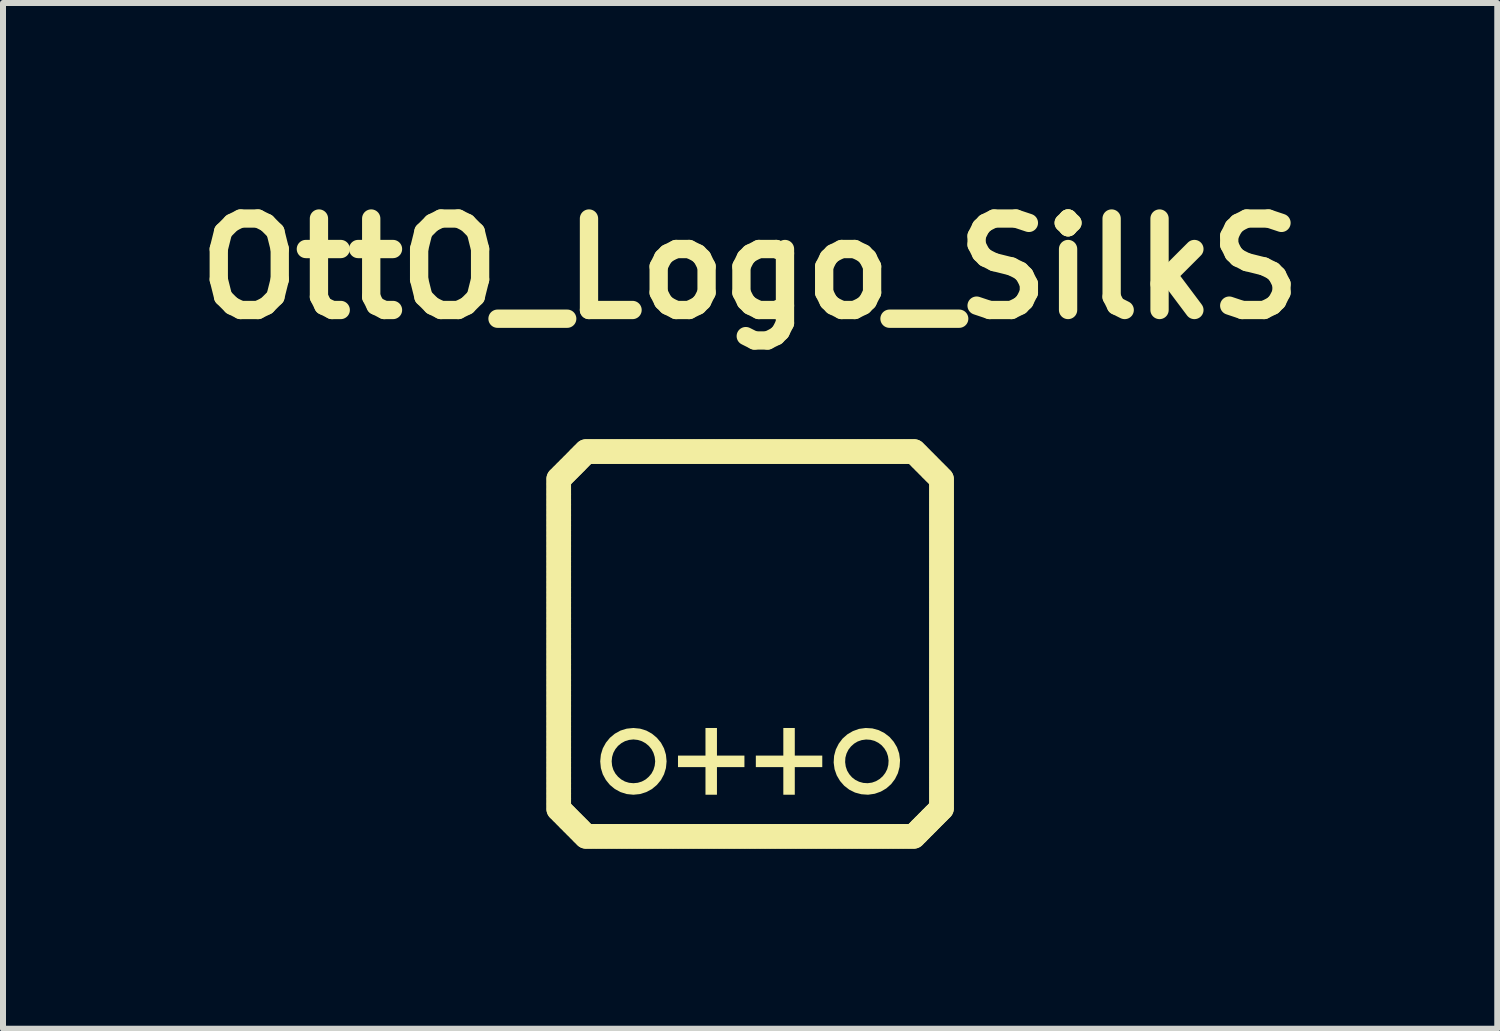
<source format=kicad_pcb>
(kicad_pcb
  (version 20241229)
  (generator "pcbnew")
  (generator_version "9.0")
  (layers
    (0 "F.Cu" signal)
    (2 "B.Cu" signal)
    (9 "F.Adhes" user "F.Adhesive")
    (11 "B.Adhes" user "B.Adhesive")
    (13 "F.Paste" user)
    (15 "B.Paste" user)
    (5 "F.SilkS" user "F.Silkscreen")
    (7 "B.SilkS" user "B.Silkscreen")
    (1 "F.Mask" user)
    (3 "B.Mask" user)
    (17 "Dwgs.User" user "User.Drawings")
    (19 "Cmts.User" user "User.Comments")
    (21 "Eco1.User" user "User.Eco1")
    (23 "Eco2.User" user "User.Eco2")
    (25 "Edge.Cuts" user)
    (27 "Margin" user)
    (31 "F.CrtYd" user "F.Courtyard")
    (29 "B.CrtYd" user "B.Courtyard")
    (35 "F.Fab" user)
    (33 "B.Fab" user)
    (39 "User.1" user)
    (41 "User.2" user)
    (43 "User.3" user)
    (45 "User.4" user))
  (footprint "OttO_Logo_SilkS"
    (layer "F.Cu")
    (at 9.449 7.68)
    (property "Reference" "OttO_Logo_SilkS" (at 0 -6.254 0) (layer "F.SilkS") (effects (font (size 1.524 1.524) (thickness 0.305))))
    (attr smd)
    (fp_line (start -3.189 -2.749) (end -3.189 -2.663) (stroke (width 0.41) (type solid)) (layer "F.SilkS"))
    (fp_line (start -3.189 -2.663) (end -3.189 -2.577) (stroke (width 0.41) (type solid)) (layer "F.SilkS"))
    (fp_line (start -3.189 -2.577) (end -3.189 -2.491) (stroke (width 0.41) (type solid)) (layer "F.SilkS"))
    (fp_line (start -3.189 -2.491) (end -3.189 -2.405) (stroke (width 0.41) (type solid)) (layer "F.SilkS"))
    (fp_line (start -3.189 -2.405) (end -3.189 -2.319) (stroke (width 0.41) (type solid)) (layer "F.SilkS"))
    (fp_line (start -3.189 -2.319) (end -3.189 -2.233) (stroke (width 0.41) (type solid)) (layer "F.SilkS"))
    (fp_line (start -3.189 -2.233) (end -3.189 -2.147) (stroke (width 0.41) (type solid)) (layer "F.SilkS"))
    (fp_line (start -3.189 -2.147) (end -3.189 -2.061) (stroke (width 0.41) (type solid)) (layer "F.SilkS"))
    (fp_line (start -3.189 -2.061) (end -3.189 -1.976) (stroke (width 0.41) (type solid)) (layer "F.SilkS"))
    (fp_line (start -3.189 -1.976) (end -3.189 -1.89) (stroke (width 0.41) (type solid)) (layer "F.SilkS"))
    (fp_line (start -3.189 -1.89) (end -3.189 -1.804) (stroke (width 0.41) (type solid)) (layer "F.SilkS"))
    (fp_line (start -3.189 -1.804) (end -3.189 -1.718) (stroke (width 0.41) (type solid)) (layer "F.SilkS"))
    (fp_line (start -3.189 -1.718) (end -3.189 -1.632) (stroke (width 0.41) (type solid)) (layer "F.SilkS"))
    (fp_line (start -3.189 -1.632) (end -3.189 -1.546) (stroke (width 0.41) (type solid)) (layer "F.SilkS"))
    (fp_line (start -3.189 -1.546) (end -3.189 -1.46) (stroke (width 0.41) (type solid)) (layer "F.SilkS"))
    (fp_line (start -3.189 -1.46) (end -3.189 -1.374) (stroke (width 0.41) (type solid)) (layer "F.SilkS"))
    (fp_line (start -3.189 -1.374) (end -3.189 -1.288) (stroke (width 0.41) (type solid)) (layer "F.SilkS"))
    (fp_line (start -3.189 -1.288) (end -3.189 -1.202) (stroke (width 0.41) (type solid)) (layer "F.SilkS"))
    (fp_line (start -3.189 -1.202) (end -3.189 -1.116) (stroke (width 0.41) (type solid)) (layer "F.SilkS"))
    (fp_line (start -3.189 -1.116) (end -3.189 -1.03) (stroke (width 0.41) (type solid)) (layer "F.SilkS"))
    (fp_line (start -3.189 -1.03) (end -3.189 -0.945) (stroke (width 0.41) (type solid)) (layer "F.SilkS"))
    (fp_line (start -3.189 -0.945) (end -3.189 -0.859) (stroke (width 0.41) (type solid)) (layer "F.SilkS"))
    (fp_line (start -3.189 -0.859) (end -3.189 -0.773) (stroke (width 0.41) (type solid)) (layer "F.SilkS"))
    (fp_line (start -3.189 -0.773) (end -3.189 -0.687) (stroke (width 0.41) (type solid)) (layer "F.SilkS"))
    (fp_line (start -3.189 -0.687) (end -3.189 -0.601) (stroke (width 0.41) (type solid)) (layer "F.SilkS"))
    (fp_line (start -3.189 -0.601) (end -3.189 -0.515) (stroke (width 0.41) (type solid)) (layer "F.SilkS"))
    (fp_line (start -3.189 -0.515) (end -3.189 -0.429) (stroke (width 0.41) (type solid)) (layer "F.SilkS"))
    (fp_line (start -3.189 -0.429) (end -3.189 -0.343) (stroke (width 0.41) (type solid)) (layer "F.SilkS"))
    (fp_line (start -3.189 -0.343) (end -3.189 -0.257) (stroke (width 0.41) (type solid)) (layer "F.SilkS"))
    (fp_line (start -3.189 -0.257) (end -3.189 -0.171) (stroke (width 0.41) (type solid)) (layer "F.SilkS"))
    (fp_line (start -3.189 -0.171) (end -3.189 -0.085) (stroke (width 0.41) (type solid)) (layer "F.SilkS"))
    (fp_line (start -3.189 -0.085) (end -3.189 0.001) (stroke (width 0.41) (type solid)) (layer "F.SilkS"))
    (fp_line (start -3.189 0.001) (end -3.189 0.086) (stroke (width 0.41) (type solid)) (layer "F.SilkS"))
    (fp_line (start -3.189 0.086) (end -3.189 0.172) (stroke (width 0.41) (type solid)) (layer "F.SilkS"))
    (fp_line (start -3.189 0.172) (end -3.189 0.258) (stroke (width 0.41) (type solid)) (layer "F.SilkS"))
    (fp_line (start -3.189 0.258) (end -3.189 0.344) (stroke (width 0.41) (type solid)) (layer "F.SilkS"))
    (fp_line (start -3.189 0.344) (end -3.189 0.43) (stroke (width 0.41) (type solid)) (layer "F.SilkS"))
    (fp_line (start -3.189 0.43) (end -3.189 0.516) (stroke (width 0.41) (type solid)) (layer "F.SilkS"))
    (fp_line (start -3.189 0.516) (end -3.189 0.602) (stroke (width 0.41) (type solid)) (layer "F.SilkS"))
    (fp_line (start -3.189 0.602) (end -3.189 0.688) (stroke (width 0.41) (type solid)) (layer "F.SilkS"))
    (fp_line (start -3.189 0.688) (end -3.189 0.774) (stroke (width 0.41) (type solid)) (layer "F.SilkS"))
    (fp_line (start -3.189 0.774) (end -3.189 0.86) (stroke (width 0.41) (type solid)) (layer "F.SilkS"))
    (fp_line (start -3.189 0.86) (end -3.189 0.946) (stroke (width 0.41) (type solid)) (layer "F.SilkS"))
    (fp_line (start -3.189 0.946) (end -3.189 1.032) (stroke (width 0.41) (type solid)) (layer "F.SilkS"))
    (fp_line (start -3.189 1.032) (end -3.189 1.117) (stroke (width 0.41) (type solid)) (layer "F.SilkS"))
    (fp_line (start -3.189 1.117) (end -3.189 1.203) (stroke (width 0.41) (type solid)) (layer "F.SilkS"))
    (fp_line (start -3.189 1.203) (end -3.189 1.289) (stroke (width 0.41) (type solid)) (layer "F.SilkS"))
    (fp_line (start -3.189 1.289) (end -3.189 1.375) (stroke (width 0.41) (type solid)) (layer "F.SilkS"))
    (fp_line (start -3.189 1.375) (end -3.189 1.461) (stroke (width 0.41) (type solid)) (layer "F.SilkS"))
    (fp_line (start -3.189 1.461) (end -3.189 1.547) (stroke (width 0.41) (type solid)) (layer "F.SilkS"))
    (fp_line (start -3.189 1.547) (end -3.189 1.633) (stroke (width 0.41) (type solid)) (layer "F.SilkS"))
    (fp_line (start -3.189 1.633) (end -3.189 1.719) (stroke (width 0.41) (type solid)) (layer "F.SilkS"))
    (fp_line (start -3.189 1.719) (end -3.189 1.805) (stroke (width 0.41) (type solid)) (layer "F.SilkS"))
    (fp_line (start -3.189 1.805) (end -3.189 1.891) (stroke (width 0.41) (type solid)) (layer "F.SilkS"))
    (fp_line (start -3.189 1.891) (end -3.189 1.977) (stroke (width 0.41) (type solid)) (layer "F.SilkS"))
    (fp_line (start -3.189 1.977) (end -3.189 2.063) (stroke (width 0.41) (type solid)) (layer "F.SilkS"))
    (fp_line (start -3.189 2.063) (end -3.189 2.148) (stroke (width 0.41) (type solid)) (layer "F.SilkS"))
    (fp_line (start -3.189 2.148) (end -3.189 2.234) (stroke (width 0.41) (type solid)) (layer "F.SilkS"))
    (fp_line (start -3.189 2.234) (end -3.189 2.32) (stroke (width 0.41) (type solid)) (layer "F.SilkS"))
    (fp_line (start -3.189 2.32) (end -3.189 2.406) (stroke (width 0.41) (type solid)) (layer "F.SilkS"))
    (fp_line (start -3.189 2.406) (end -3.189 2.492) (stroke (width 0.41) (type solid)) (layer "F.SilkS"))
    (fp_line (start -3.189 2.492) (end -3.189 2.578) (stroke (width 0.41) (type solid)) (layer "F.SilkS"))
    (fp_line (start -3.189 2.578) (end -3.189 2.664) (stroke (width 0.41) (type solid)) (layer "F.SilkS"))
    (fp_line (start -3.189 2.664) (end -3.189 2.75) (stroke (width 0.41) (type solid)) (layer "F.SilkS"))
    (fp_line (start -3.189 2.75) (end -3.132 2.807) (stroke (width 0.41) (type solid)) (layer "F.SilkS"))
    (fp_line (start -3.132 2.807) (end -3.075 2.864) (stroke (width 0.41) (type solid)) (layer "F.SilkS"))
    (fp_line (start -3.132 -2.806) (end -3.189 -2.749) (stroke (width 0.41) (type solid)) (layer "F.SilkS"))
    (fp_line (start -3.075 2.864) (end -3.019 2.921) (stroke (width 0.41) (type solid)) (layer "F.SilkS"))
    (fp_line (start -3.075 -2.863) (end -3.132 -2.806) (stroke (width 0.41) (type solid)) (layer "F.SilkS"))
    (fp_line (start -3.019 2.921) (end -2.962 2.978) (stroke (width 0.41) (type solid)) (layer "F.SilkS"))
    (fp_line (start -3.018 -2.92) (end -3.075 -2.863) (stroke (width 0.41) (type solid)) (layer "F.SilkS"))
    (fp_line (start -2.962 2.978) (end -2.905 3.035) (stroke (width 0.41) (type solid)) (layer "F.SilkS"))
    (fp_line (start -2.961 -2.977) (end -3.018 -2.92) (stroke (width 0.41) (type solid)) (layer "F.SilkS"))
    (fp_line (start -2.905 3.035) (end -2.848 3.092) (stroke (width 0.41) (type solid)) (layer "F.SilkS"))
    (fp_line (start -2.904 -3.034) (end -2.961 -2.977) (stroke (width 0.41) (type solid)) (layer "F.SilkS"))
    (fp_line (start -2.848 3.092) (end -2.792 3.149) (stroke (width 0.41) (type solid)) (layer "F.SilkS"))
    (fp_line (start -2.848 -3.092) (end -2.904 -3.034) (stroke (width 0.41) (type solid)) (layer "F.SilkS"))
    (fp_line (start -2.792 3.149) (end -2.735 3.206) (stroke (width 0.41) (type solid)) (layer "F.SilkS"))
    (fp_line (start -2.791 -3.149) (end -2.848 -3.092) (stroke (width 0.41) (type solid)) (layer "F.SilkS"))
    (fp_line (start -2.735 3.206) (end -2.65 3.206) (stroke (width 0.41) (type solid)) (layer "F.SilkS"))
    (fp_line (start -2.734 -3.206) (end -2.791 -3.149) (stroke (width 0.41) (type solid)) (layer "F.SilkS"))
    (fp_line (start -2.65 3.206) (end -2.564 3.206) (stroke (width 0.41) (type solid)) (layer "F.SilkS"))
    (fp_line (start -2.649 -3.206) (end -2.734 -3.206) (stroke (width 0.41) (type solid)) (layer "F.SilkS"))
    (fp_line (start -2.564 3.206) (end -2.479 3.206) (stroke (width 0.41) (type solid)) (layer "F.SilkS"))
    (fp_line (start -2.563 -3.206) (end -2.649 -3.206) (stroke (width 0.41) (type solid)) (layer "F.SilkS"))
    (fp_line (start -2.479 3.206) (end -2.394 3.206) (stroke (width 0.41) (type solid)) (layer "F.SilkS"))
    (fp_line (start -2.478 -3.206) (end -2.563 -3.206) (stroke (width 0.41) (type solid)) (layer "F.SilkS"))
    (fp_line (start -2.394 3.206) (end -2.308 3.206) (stroke (width 0.41) (type solid)) (layer "F.SilkS"))
    (fp_line (start -2.392 -3.206) (end -2.478 -3.206) (stroke (width 0.41) (type solid)) (layer "F.SilkS"))
    (fp_line (start -2.308 3.206) (end -2.223 3.206) (stroke (width 0.41) (type solid)) (layer "F.SilkS"))
    (fp_line (start -2.307 -3.206) (end -2.392 -3.206) (stroke (width 0.41) (type solid)) (layer "F.SilkS"))
    (fp_line (start -2.223 3.206) (end -2.138 3.206) (stroke (width 0.41) (type solid)) (layer "F.SilkS"))
    (fp_line (start -2.221 -3.206) (end -2.307 -3.206) (stroke (width 0.41) (type solid)) (layer "F.SilkS"))
    (fp_line (start -2.138 3.206) (end -2.053 3.206) (stroke (width 0.41) (type solid)) (layer "F.SilkS"))
    (fp_line (start -2.136 -3.206) (end -2.221 -3.206) (stroke (width 0.41) (type solid)) (layer "F.SilkS"))
    (fp_line (start -2.053 3.206) (end -1.967 3.206) (stroke (width 0.41) (type solid)) (layer "F.SilkS"))
    (fp_line (start -2.051 -3.206) (end -2.136 -3.206) (stroke (width 0.41) (type solid)) (layer "F.SilkS"))
    (fp_line (start -1.967 3.206) (end -1.882 3.206) (stroke (width 0.41) (type solid)) (layer "F.SilkS"))
    (fp_line (start -1.965 -3.206) (end -2.051 -3.206) (stroke (width 0.41) (type solid)) (layer "F.SilkS"))
    (fp_line (start -1.882 3.206) (end -1.797 3.206) (stroke (width 0.41) (type solid)) (layer "F.SilkS"))
    (fp_line (start -1.88 -3.206) (end -1.965 -3.206) (stroke (width 0.41) (type solid)) (layer "F.SilkS"))
    (fp_line (start -1.797 3.206) (end -1.711 3.206) (stroke (width 0.41) (type solid)) (layer "F.SilkS"))
    (fp_line (start -1.794 -3.206) (end -1.88 -3.206) (stroke (width 0.41) (type solid)) (layer "F.SilkS"))
    (fp_line (start -1.711 3.206) (end -1.626 3.206) (stroke (width 0.41) (type solid)) (layer "F.SilkS"))
    (fp_line (start -1.709 -3.206) (end -1.794 -3.206) (stroke (width 0.41) (type solid)) (layer "F.SilkS"))
    (fp_line (start -1.626 3.206) (end -1.541 3.206) (stroke (width 0.41) (type solid)) (layer "F.SilkS"))
    (fp_line (start -1.624 -3.206) (end -1.709 -3.206) (stroke (width 0.41) (type solid)) (layer "F.SilkS"))
    (fp_line (start -1.541 3.206) (end -1.455 3.206) (stroke (width 0.41) (type solid)) (layer "F.SilkS"))
    (fp_line (start -1.538 -3.206) (end -1.624 -3.206) (stroke (width 0.41) (type solid)) (layer "F.SilkS"))
    (fp_line (start -1.455 3.206) (end -1.37 3.206) (stroke (width 0.41) (type solid)) (layer "F.SilkS"))
    (fp_line (start -1.453 -3.206) (end -1.538 -3.206) (stroke (width 0.41) (type solid)) (layer "F.SilkS"))
    (fp_line (start -1.37 3.206) (end -1.285 3.206) (stroke (width 0.41) (type solid)) (layer "F.SilkS"))
    (fp_line (start -1.367 -3.206) (end -1.453 -3.206) (stroke (width 0.41) (type solid)) (layer "F.SilkS"))
    (fp_line (start -1.285 3.206) (end -1.199 3.206) (stroke (width 0.41) (type solid)) (layer "F.SilkS"))
    (fp_line (start -1.282 -3.206) (end -1.367 -3.206) (stroke (width 0.41) (type solid)) (layer "F.SilkS"))
    (fp_line (start -1.199 3.206) (end -1.114 3.206) (stroke (width 0.41) (type solid)) (layer "F.SilkS"))
    (fp_line (start -1.196 -3.206) (end -1.282 -3.206) (stroke (width 0.41) (type solid)) (layer "F.SilkS"))
    (fp_line (start -1.114 3.206) (end -1.029 3.206) (stroke (width 0.41) (type solid)) (layer "F.SilkS"))
    (fp_line (start -1.111 -3.206) (end -1.196 -3.206) (stroke (width 0.41) (type solid)) (layer "F.SilkS"))
    (fp_line (start -1.029 3.206) (end -0.944 3.206) (stroke (width 0.41) (type solid)) (layer "F.SilkS"))
    (fp_line (start -1.026 -3.206) (end -1.111 -3.206) (stroke (width 0.41) (type solid)) (layer "F.SilkS"))
    (fp_line (start -0.944 3.206) (end -0.858 3.206) (stroke (width 0.41) (type solid)) (layer "F.SilkS"))
    (fp_line (start -0.94 -3.206) (end -1.026 -3.206) (stroke (width 0.41) (type solid)) (layer "F.SilkS"))
    (fp_line (start -0.858 3.206) (end -0.773 3.206) (stroke (width 0.41) (type solid)) (layer "F.SilkS"))
    (fp_line (start -0.855 -3.206) (end -0.94 -3.206) (stroke (width 0.41) (type solid)) (layer "F.SilkS"))
    (fp_line (start -0.773 3.206) (end -0.688 3.206) (stroke (width 0.41) (type solid)) (layer "F.SilkS"))
    (fp_line (start -0.769 -3.206) (end -0.855 -3.206) (stroke (width 0.41) (type solid)) (layer "F.SilkS"))
    (fp_line (start -0.688 3.206) (end -0.602 3.206) (stroke (width 0.41) (type solid)) (layer "F.SilkS"))
    (fp_line (start -0.684 -3.206) (end -0.769 -3.206) (stroke (width 0.41) (type solid)) (layer "F.SilkS"))
    (fp_line (start -0.602 3.206) (end -0.517 3.206) (stroke (width 0.41) (type solid)) (layer "F.SilkS"))
    (fp_line (start -0.599 -3.206) (end -0.684 -3.206) (stroke (width 0.41) (type solid)) (layer "F.SilkS"))
    (fp_line (start -0.517 3.206) (end -0.432 3.206) (stroke (width 0.41) (type solid)) (layer "F.SilkS"))
    (fp_line (start -0.513 -3.206) (end -0.599 -3.206) (stroke (width 0.41) (type solid)) (layer "F.SilkS"))
    (fp_line (start -0.432 3.206) (end -0.346 3.206) (stroke (width 0.41) (type solid)) (layer "F.SilkS"))
    (fp_line (start -0.428 -3.206) (end -0.513 -3.206) (stroke (width 0.41) (type solid)) (layer "F.SilkS"))
    (fp_line (start -0.346 3.206) (end -0.261 3.206) (stroke (width 0.41) (type solid)) (layer "F.SilkS"))
    (fp_line (start -0.342 -3.206) (end -0.428 -3.206) (stroke (width 0.41) (type solid)) (layer "F.SilkS"))
    (fp_line (start -0.261 3.206) (end -0.176 3.206) (stroke (width 0.41) (type solid)) (layer "F.SilkS"))
    (fp_line (start -0.257 -3.206) (end -0.342 -3.206) (stroke (width 0.41) (type solid)) (layer "F.SilkS"))
    (fp_line (start -0.176 3.206) (end -0.09 3.206) (stroke (width 0.41) (type solid)) (layer "F.SilkS"))
    (fp_line (start -0.171 -3.206) (end -0.257 -3.206) (stroke (width 0.41) (type solid)) (layer "F.SilkS"))
    (fp_line (start -0.09 3.206) (end -0.005 3.206) (stroke (width 0.41) (type solid)) (layer "F.SilkS"))
    (fp_line (start -0.086 -3.206) (end -0.171 -3.206) (stroke (width 0.41) (type solid)) (layer "F.SilkS"))
    (fp_line (start -0.005 3.206) (end 0.08 3.206) (stroke (width 0.41) (type solid)) (layer "F.SilkS"))
    (fp_line (start -0.001 -3.206) (end -0.086 -3.206) (stroke (width 0.41) (type solid)) (layer "F.SilkS"))
    (fp_line (start 0.08 3.206) (end 0.166 3.206) (stroke (width 0.41) (type solid)) (layer "F.SilkS"))
    (fp_line (start 0.085 -3.206) (end -0.001 -3.206) (stroke (width 0.41) (type solid)) (layer "F.SilkS"))
    (fp_line (start 0.166 3.206) (end 0.251 3.206) (stroke (width 0.41) (type solid)) (layer "F.SilkS"))
    (fp_line (start 0.17 -3.206) (end 0.085 -3.206) (stroke (width 0.41) (type solid)) (layer "F.SilkS"))
    (fp_line (start 0.251 3.206) (end 0.336 3.206) (stroke (width 0.41) (type solid)) (layer "F.SilkS"))
    (fp_line (start 0.256 -3.206) (end 0.17 -3.206) (stroke (width 0.41) (type solid)) (layer "F.SilkS"))
    (fp_line (start 0.336 3.206) (end 0.421 3.206) (stroke (width 0.41) (type solid)) (layer "F.SilkS"))
    (fp_line (start 0.341 -3.206) (end 0.256 -3.206) (stroke (width 0.41) (type solid)) (layer "F.SilkS"))
    (fp_line (start 0.421 3.206) (end 0.507 3.206) (stroke (width 0.41) (type solid)) (layer "F.SilkS"))
    (fp_line (start 0.426 -3.206) (end 0.341 -3.206) (stroke (width 0.41) (type solid)) (layer "F.SilkS"))
    (fp_line (start 0.507 3.206) (end 0.592 3.206) (stroke (width 0.41) (type solid)) (layer "F.SilkS"))
    (fp_line (start 0.512 -3.206) (end 0.426 -3.206) (stroke (width 0.41) (type solid)) (layer "F.SilkS"))
    (fp_line (start 0.592 3.206) (end 0.677 3.206) (stroke (width 0.41) (type solid)) (layer "F.SilkS"))
    (fp_line (start 0.597 -3.206) (end 0.512 -3.206) (stroke (width 0.41) (type solid)) (layer "F.SilkS"))
    (fp_line (start 0.677 3.206) (end 0.763 3.206) (stroke (width 0.41) (type solid)) (layer "F.SilkS"))
    (fp_line (start 0.683 -3.206) (end 0.597 -3.206) (stroke (width 0.41) (type solid)) (layer "F.SilkS"))
    (fp_line (start 0.763 3.206) (end 0.848 3.206) (stroke (width 0.41) (type solid)) (layer "F.SilkS"))
    (fp_line (start 0.768 -3.206) (end 0.683 -3.206) (stroke (width 0.41) (type solid)) (layer "F.SilkS"))
    (fp_line (start 0.848 3.206) (end 0.933 3.206) (stroke (width 0.41) (type solid)) (layer "F.SilkS"))
    (fp_line (start 0.854 -3.206) (end 0.768 -3.206) (stroke (width 0.41) (type solid)) (layer "F.SilkS"))
    (fp_line (start 0.933 3.206) (end 1.019 3.206) (stroke (width 0.41) (type solid)) (layer "F.SilkS"))
    (fp_line (start 0.939 -3.206) (end 0.854 -3.206) (stroke (width 0.41) (type solid)) (layer "F.SilkS"))
    (fp_line (start 1.019 3.206) (end 1.104 3.206) (stroke (width 0.41) (type solid)) (layer "F.SilkS"))
    (fp_line (start 1.024 -3.206) (end 0.939 -3.206) (stroke (width 0.41) (type solid)) (layer "F.SilkS"))
    (fp_line (start 1.104 3.206) (end 1.189 3.206) (stroke (width 0.41) (type solid)) (layer "F.SilkS"))
    (fp_line (start 1.11 -3.206) (end 1.024 -3.206) (stroke (width 0.41) (type solid)) (layer "F.SilkS"))
    (fp_line (start 1.189 3.206) (end 1.275 3.206) (stroke (width 0.41) (type solid)) (layer "F.SilkS"))
    (fp_line (start 1.195 -3.206) (end 1.11 -3.206) (stroke (width 0.41) (type solid)) (layer "F.SilkS"))
    (fp_line (start 1.275 3.206) (end 1.36 3.206) (stroke (width 0.41) (type solid)) (layer "F.SilkS"))
    (fp_line (start 1.281 -3.206) (end 1.195 -3.206) (stroke (width 0.41) (type solid)) (layer "F.SilkS"))
    (fp_line (start 1.36 3.206) (end 1.445 3.206) (stroke (width 0.41) (type solid)) (layer "F.SilkS"))
    (fp_line (start 1.366 -3.206) (end 1.281 -3.206) (stroke (width 0.41) (type solid)) (layer "F.SilkS"))
    (fp_line (start 1.445 3.206) (end 1.531 3.206) (stroke (width 0.41) (type solid)) (layer "F.SilkS"))
    (fp_line (start 1.451 -3.206) (end 1.366 -3.206) (stroke (width 0.41) (type solid)) (layer "F.SilkS"))
    (fp_line (start 1.531 3.206) (end 1.616 3.206) (stroke (width 0.41) (type solid)) (layer "F.SilkS"))
    (fp_line (start 1.537 -3.206) (end 1.451 -3.206) (stroke (width 0.41) (type solid)) (layer "F.SilkS"))
    (fp_line (start 1.616 3.206) (end 1.701 3.206) (stroke (width 0.41) (type solid)) (layer "F.SilkS"))
    (fp_line (start 1.622 -3.206) (end 1.537 -3.206) (stroke (width 0.41) (type solid)) (layer "F.SilkS"))
    (fp_line (start 1.701 3.206) (end 1.786 3.206) (stroke (width 0.41) (type solid)) (layer "F.SilkS"))
    (fp_line (start 1.708 -3.206) (end 1.622 -3.206) (stroke (width 0.41) (type solid)) (layer "F.SilkS"))
    (fp_line (start 1.786 3.206) (end 1.872 3.206) (stroke (width 0.41) (type solid)) (layer "F.SilkS"))
    (fp_line (start 1.793 -3.206) (end 1.708 -3.206) (stroke (width 0.41) (type solid)) (layer "F.SilkS"))
    (fp_line (start 1.872 3.206) (end 1.957 3.206) (stroke (width 0.41) (type solid)) (layer "F.SilkS"))
    (fp_line (start 1.878 -3.206) (end 1.793 -3.206) (stroke (width 0.41) (type solid)) (layer "F.SilkS"))
    (fp_line (start 1.957 3.206) (end 2.042 3.206) (stroke (width 0.41) (type solid)) (layer "F.SilkS"))
    (fp_line (start 1.964 -3.206) (end 1.878 -3.206) (stroke (width 0.41) (type solid)) (layer "F.SilkS"))
    (fp_line (start 2.042 3.206) (end 2.128 3.206) (stroke (width 0.41) (type solid)) (layer "F.SilkS"))
    (fp_line (start 2.049 -3.206) (end 1.964 -3.206) (stroke (width 0.41) (type solid)) (layer "F.SilkS"))
    (fp_line (start 2.128 3.206) (end 2.213 3.206) (stroke (width 0.41) (type solid)) (layer "F.SilkS"))
    (fp_line (start 2.135 -3.206) (end 2.049 -3.206) (stroke (width 0.41) (type solid)) (layer "F.SilkS"))
    (fp_line (start 2.213 3.206) (end 2.298 3.206) (stroke (width 0.41) (type solid)) (layer "F.SilkS"))
    (fp_line (start 2.22 -3.206) (end 2.135 -3.206) (stroke (width 0.41) (type solid)) (layer "F.SilkS"))
    (fp_line (start 2.298 3.206) (end 2.384 3.206) (stroke (width 0.41) (type solid)) (layer "F.SilkS"))
    (fp_line (start 2.306 -3.206) (end 2.22 -3.206) (stroke (width 0.41) (type solid)) (layer "F.SilkS"))
    (fp_line (start 2.384 3.206) (end 2.469 3.206) (stroke (width 0.41) (type solid)) (layer "F.SilkS"))
    (fp_line (start 2.391 -3.206) (end 2.306 -3.206) (stroke (width 0.41) (type solid)) (layer "F.SilkS"))
    (fp_line (start 2.469 3.206) (end 2.554 3.206) (stroke (width 0.41) (type solid)) (layer "F.SilkS"))
    (fp_line (start 2.476 -3.206) (end 2.391 -3.206) (stroke (width 0.41) (type solid)) (layer "F.SilkS"))
    (fp_line (start 2.554 3.206) (end 2.64 3.206) (stroke (width 0.41) (type solid)) (layer "F.SilkS"))
    (fp_line (start 2.562 -3.206) (end 2.476 -3.206) (stroke (width 0.41) (type solid)) (layer "F.SilkS"))
    (fp_line (start 2.64 3.206) (end 2.725 3.206) (stroke (width 0.41) (type solid)) (layer "F.SilkS"))
    (fp_line (start 2.647 -3.206) (end 2.562 -3.206) (stroke (width 0.41) (type solid)) (layer "F.SilkS"))
    (fp_line (start 2.725 3.206) (end 2.783 3.148) (stroke (width 0.41) (type solid)) (layer "F.SilkS"))
    (fp_line (start 2.733 -3.206) (end 2.647 -3.206) (stroke (width 0.41) (type solid)) (layer "F.SilkS"))
    (fp_line (start 2.783 3.148) (end 2.841 3.089) (stroke (width 0.41) (type solid)) (layer "F.SilkS"))
    (fp_line (start 2.79 -3.149) (end 2.733 -3.206) (stroke (width 0.41) (type solid)) (layer "F.SilkS"))
    (fp_line (start 2.841 3.089) (end 2.899 3.031) (stroke (width 0.41) (type solid)) (layer "F.SilkS"))
    (fp_line (start 2.847 -3.091) (end 2.79 -3.149) (stroke (width 0.41) (type solid)) (layer "F.SilkS"))
    (fp_line (start 2.899 3.031) (end 2.957 2.973) (stroke (width 0.41) (type solid)) (layer "F.SilkS"))
    (fp_line (start 2.904 -3.034) (end 2.847 -3.091) (stroke (width 0.41) (type solid)) (layer "F.SilkS"))
    (fp_line (start 2.957 2.973) (end 3.015 2.914) (stroke (width 0.41) (type solid)) (layer "F.SilkS"))
    (fp_line (start 2.961 -2.977) (end 2.904 -3.034) (stroke (width 0.41) (type solid)) (layer "F.SilkS"))
    (fp_line (start 3.015 2.914) (end 3.073 2.856) (stroke (width 0.41) (type solid)) (layer "F.SilkS"))
    (fp_line (start 3.018 -2.919) (end 2.961 -2.977) (stroke (width 0.41) (type solid)) (layer "F.SilkS"))
    (fp_line (start 3.073 2.856) (end 3.131 2.798) (stroke (width 0.41) (type solid)) (layer "F.SilkS"))
    (fp_line (start 3.075 -2.862) (end 3.018 -2.919) (stroke (width 0.41) (type solid)) (layer "F.SilkS"))
    (fp_line (start 3.131 2.798) (end 3.189 2.74) (stroke (width 0.41) (type solid)) (layer "F.SilkS"))
    (fp_line (start 3.132 -2.805) (end 3.075 -2.862) (stroke (width 0.41) (type solid)) (layer "F.SilkS"))
    (fp_line (start 3.189 -2.747) (end 3.132 -2.805) (stroke (width 0.41) (type solid)) (layer "F.SilkS"))
    (fp_line (start 3.189 -2.662) (end 3.189 -2.747) (stroke (width 0.41) (type solid)) (layer "F.SilkS"))
    (fp_line (start 3.189 -2.576) (end 3.189 -2.662) (stroke (width 0.41) (type solid)) (layer "F.SilkS"))
    (fp_line (start 3.189 -2.49) (end 3.189 -2.576) (stroke (width 0.41) (type solid)) (layer "F.SilkS"))
    (fp_line (start 3.189 -2.405) (end 3.189 -2.49) (stroke (width 0.41) (type solid)) (layer "F.SilkS"))
    (fp_line (start 3.189 -2.319) (end 3.189 -2.405) (stroke (width 0.41) (type solid)) (layer "F.SilkS"))
    (fp_line (start 3.189 -2.233) (end 3.189 -2.319) (stroke (width 0.41) (type solid)) (layer "F.SilkS"))
    (fp_line (start 3.189 -2.147) (end 3.189 -2.233) (stroke (width 0.41) (type solid)) (layer "F.SilkS"))
    (fp_line (start 3.189 -2.062) (end 3.189 -2.147) (stroke (width 0.41) (type solid)) (layer "F.SilkS"))
    (fp_line (start 3.189 -1.976) (end 3.189 -2.062) (stroke (width 0.41) (type solid)) (layer "F.SilkS"))
    (fp_line (start 3.189 -1.89) (end 3.189 -1.976) (stroke (width 0.41) (type solid)) (layer "F.SilkS"))
    (fp_line (start 3.189 -1.804) (end 3.189 -1.89) (stroke (width 0.41) (type solid)) (layer "F.SilkS"))
    (fp_line (start 3.189 -1.719) (end 3.189 -1.804) (stroke (width 0.41) (type solid)) (layer "F.SilkS"))
    (fp_line (start 3.189 -1.633) (end 3.189 -1.719) (stroke (width 0.41) (type solid)) (layer "F.SilkS"))
    (fp_line (start 3.189 -1.547) (end 3.189 -1.633) (stroke (width 0.41) (type solid)) (layer "F.SilkS"))
    (fp_line (start 3.189 -1.461) (end 3.189 -1.547) (stroke (width 0.41) (type solid)) (layer "F.SilkS"))
    (fp_line (start 3.189 -1.376) (end 3.189 -1.461) (stroke (width 0.41) (type solid)) (layer "F.SilkS"))
    (fp_line (start 3.189 -1.29) (end 3.189 -1.376) (stroke (width 0.41) (type solid)) (layer "F.SilkS"))
    (fp_line (start 3.189 -1.204) (end 3.189 -1.29) (stroke (width 0.41) (type solid)) (layer "F.SilkS"))
    (fp_line (start 3.189 -1.118) (end 3.189 -1.204) (stroke (width 0.41) (type solid)) (layer "F.SilkS"))
    (fp_line (start 3.189 -1.033) (end 3.189 -1.118) (stroke (width 0.41) (type solid)) (layer "F.SilkS"))
    (fp_line (start 3.189 -0.947) (end 3.189 -1.033) (stroke (width 0.41) (type solid)) (layer "F.SilkS"))
    (fp_line (start 3.189 -0.861) (end 3.189 -0.947) (stroke (width 0.41) (type solid)) (layer "F.SilkS"))
    (fp_line (start 3.189 -0.776) (end 3.189 -0.861) (stroke (width 0.41) (type solid)) (layer "F.SilkS"))
    (fp_line (start 3.189 -0.69) (end 3.189 -0.776) (stroke (width 0.41) (type solid)) (layer "F.SilkS"))
    (fp_line (start 3.189 -0.604) (end 3.189 -0.69) (stroke (width 0.41) (type solid)) (layer "F.SilkS"))
    (fp_line (start 3.189 -0.518) (end 3.189 -0.604) (stroke (width 0.41) (type solid)) (layer "F.SilkS"))
    (fp_line (start 3.189 -0.433) (end 3.189 -0.518) (stroke (width 0.41) (type solid)) (layer "F.SilkS"))
    (fp_line (start 3.189 -0.347) (end 3.189 -0.433) (stroke (width 0.41) (type solid)) (layer "F.SilkS"))
    (fp_line (start 3.189 -0.261) (end 3.189 -0.347) (stroke (width 0.41) (type solid)) (layer "F.SilkS"))
    (fp_line (start 3.189 -0.175) (end 3.189 -0.261) (stroke (width 0.41) (type solid)) (layer "F.SilkS"))
    (fp_line (start 3.189 -0.09) (end 3.189 -0.175) (stroke (width 0.41) (type solid)) (layer "F.SilkS"))
    (fp_line (start 3.189 -0.004) (end 3.189 -0.09) (stroke (width 0.41) (type solid)) (layer "F.SilkS"))
    (fp_line (start 3.189 0.082) (end 3.189 -0.004) (stroke (width 0.41) (type solid)) (layer "F.SilkS"))
    (fp_line (start 3.189 0.168) (end 3.189 0.082) (stroke (width 0.41) (type solid)) (layer "F.SilkS"))
    (fp_line (start 3.189 0.253) (end 3.189 0.168) (stroke (width 0.41) (type solid)) (layer "F.SilkS"))
    (fp_line (start 3.189 0.339) (end 3.189 0.253) (stroke (width 0.41) (type solid)) (layer "F.SilkS"))
    (fp_line (start 3.189 0.425) (end 3.189 0.339) (stroke (width 0.41) (type solid)) (layer "F.SilkS"))
    (fp_line (start 3.189 0.51) (end 3.189 0.425) (stroke (width 0.41) (type solid)) (layer "F.SilkS"))
    (fp_line (start 3.189 0.596) (end 3.189 0.51) (stroke (width 0.41) (type solid)) (layer "F.SilkS"))
    (fp_line (start 3.189 0.682) (end 3.189 0.596) (stroke (width 0.41) (type solid)) (layer "F.SilkS"))
    (fp_line (start 3.189 0.768) (end 3.189 0.682) (stroke (width 0.41) (type solid)) (layer "F.SilkS"))
    (fp_line (start 3.189 0.853) (end 3.189 0.768) (stroke (width 0.41) (type solid)) (layer "F.SilkS"))
    (fp_line (start 3.189 0.939) (end 3.189 0.853) (stroke (width 0.41) (type solid)) (layer "F.SilkS"))
    (fp_line (start 3.189 1.025) (end 3.189 0.939) (stroke (width 0.41) (type solid)) (layer "F.SilkS"))
    (fp_line (start 3.189 1.111) (end 3.189 1.025) (stroke (width 0.41) (type solid)) (layer "F.SilkS"))
    (fp_line (start 3.189 1.196) (end 3.189 1.111) (stroke (width 0.41) (type solid)) (layer "F.SilkS"))
    (fp_line (start 3.189 1.282) (end 3.189 1.196) (stroke (width 0.41) (type solid)) (layer "F.SilkS"))
    (fp_line (start 3.189 1.368) (end 3.189 1.282) (stroke (width 0.41) (type solid)) (layer "F.SilkS"))
    (fp_line (start 3.189 1.454) (end 3.189 1.368) (stroke (width 0.41) (type solid)) (layer "F.SilkS"))
    (fp_line (start 3.189 1.539) (end 3.189 1.454) (stroke (width 0.41) (type solid)) (layer "F.SilkS"))
    (fp_line (start 3.189 1.625) (end 3.189 1.539) (stroke (width 0.41) (type solid)) (layer "F.SilkS"))
    (fp_line (start 3.189 1.711) (end 3.189 1.625) (stroke (width 0.41) (type solid)) (layer "F.SilkS"))
    (fp_line (start 3.189 1.797) (end 3.189 1.711) (stroke (width 0.41) (type solid)) (layer "F.SilkS"))
    (fp_line (start 3.189 1.882) (end 3.189 1.797) (stroke (width 0.41) (type solid)) (layer "F.SilkS"))
    (fp_line (start 3.189 1.968) (end 3.189 1.882) (stroke (width 0.41) (type solid)) (layer "F.SilkS"))
    (fp_line (start 3.189 2.054) (end 3.189 1.968) (stroke (width 0.41) (type solid)) (layer "F.SilkS"))
    (fp_line (start 3.189 2.139) (end 3.189 2.054) (stroke (width 0.41) (type solid)) (layer "F.SilkS"))
    (fp_line (start 3.189 2.225) (end 3.189 2.139) (stroke (width 0.41) (type solid)) (layer "F.SilkS"))
    (fp_line (start 3.189 2.311) (end 3.189 2.225) (stroke (width 0.41) (type solid)) (layer "F.SilkS"))
    (fp_line (start 3.189 2.397) (end 3.189 2.311) (stroke (width 0.41) (type solid)) (layer "F.SilkS"))
    (fp_line (start 3.189 2.482) (end 3.189 2.397) (stroke (width 0.41) (type solid)) (layer "F.SilkS"))
    (fp_line (start 3.189 2.568) (end 3.189 2.482) (stroke (width 0.41) (type solid)) (layer "F.SilkS"))
    (fp_line (start 3.189 2.654) (end 3.189 2.568) (stroke (width 0.41) (type solid)) (layer "F.SilkS"))
    (fp_line (start 3.189 2.74) (end 3.189 2.654) (stroke (width 0.41) (type solid)) (layer "F.SilkS"))
    (fp_poly (pts (xy -0.744 2.052) (xy -0.744 2.282) (xy -0.744 2.512) (xy -0.648 2.512) (xy -0.553 2.512) (xy -0.553 2.282) (xy -0.553 2.052) (xy -0.324 2.052) (xy -0.095 2.052) (xy -0.095 1.956) (xy -0.095 1.86) (xy -0.324 1.86) (xy -0.553 1.86) (xy -0.553 1.63) (xy -0.553 1.4) (xy -0.648 1.4) (xy -0.744 1.4) (xy -0.744 1.63) (xy -0.744 1.86) (xy -0.973 1.86) (xy -1.202 1.86) (xy -1.202 1.956) (xy -1.202 2.052) (xy -0.973 2.052) (xy -0.744 2.052)) (stroke (width 0) (type solid)) (fill yes) (layer "F.SilkS"))
    (fp_poly (pts (xy 0.553 2.052) (xy 0.553 2.282) (xy 0.553 2.512) (xy 0.648 2.512) (xy 0.744 2.512) (xy 0.744 2.282) (xy 0.744 2.052) (xy 0.973 2.052) (xy 1.202 2.052) (xy 1.202 1.956) (xy 1.202 1.86) (xy 0.973 1.86) (xy 0.744 1.86) (xy 0.744 1.63) (xy 0.744 1.4) (xy 0.648 1.4) (xy 0.553 1.4) (xy 0.553 1.63) (xy 0.553 1.86) (xy 0.324 1.86) (xy 0.095 1.86) (xy 0.095 1.956) (xy 0.095 2.052) (xy 0.324 2.052) (xy 0.553 2.052)) (stroke (width 0) (type solid)) (fill yes) (layer "F.SilkS"))
    (fp_poly (pts (xy -1.945 2.512) (xy -2.201 2.213) (xy -2.147 2.258) (xy -2.086 2.292) (xy -2.018 2.313) (xy -1.945 2.32) (xy -1.872 2.313) (xy -1.804 2.292) (xy -1.742 2.258) (xy -1.689 2.213) (xy -1.644 2.16) (xy -1.611 2.098) (xy -1.59 2.029) (xy -1.582 1.956) (xy -1.59 1.883) (xy -1.611 1.814) (xy -1.644 1.752) (xy -1.689 1.698) (xy -1.742 1.654) (xy -1.804 1.62) (xy -1.872 1.599) (xy -1.945 1.591) (xy -2.018 1.599) (xy -2.086 1.62) (xy -2.147 1.654) (xy -2.201 1.698) (xy -2.245 1.752) (xy -2.279 1.814) (xy -2.3 1.883) (xy -2.307 1.956) (xy -2.3 2.029) (xy -2.279 2.098) (xy -2.245 2.16) (xy -2.201 2.213) (xy -1.945 2.512) (xy -2.056 2.501) (xy -2.16 2.468) (xy -2.254 2.417) (xy -2.336 2.349) (xy -2.403 2.267) (xy -2.455 2.172) (xy -2.487 2.068) (xy -2.498 1.956) (xy -2.487 1.844) (xy -2.455 1.74) (xy -2.403 1.645) (xy -2.336 1.563) (xy -2.254 1.495) (xy -2.16 1.443) (xy -2.056 1.411) (xy -1.945 1.4) (xy -1.834 1.411) (xy -1.73 1.443) (xy -1.636 1.495) (xy -1.554 1.563) (xy -1.486 1.645) (xy -1.435 1.74) (xy -1.403 1.844) (xy -1.392 1.956) (xy -1.403 2.068) (xy -1.435 2.172) (xy -1.486 2.267) (xy -1.554 2.349) (xy -1.636 2.417) (xy -1.73 2.468) (xy -1.834 2.501) (xy -1.945 2.512)) (stroke (width 0) (type solid)) (fill yes) (layer "F.SilkS"))
    (fp_poly (pts (xy 1.965 2.512) (xy 1.698 2.223) (xy 1.753 2.265) (xy 1.816 2.296) (xy 1.885 2.315) (xy 1.958 2.32) (xy 2.031 2.31) (xy 2.098 2.286) (xy 2.158 2.25) (xy 2.21 2.204) (xy 2.252 2.149) (xy 2.284 2.086) (xy 2.302 2.016) (xy 2.307 1.943) (xy 2.297 1.87) (xy 2.274 1.802) (xy 2.238 1.742) (xy 2.192 1.689) (xy 2.137 1.647) (xy 2.074 1.615) (xy 2.005 1.597) (xy 1.932 1.592) (xy 1.859 1.602) (xy 1.792 1.625) (xy 1.732 1.661) (xy 1.68 1.708) (xy 1.637 1.763) (xy 1.606 1.826) (xy 1.587 1.895) (xy 1.583 1.969) (xy 1.593 2.042) (xy 1.616 2.11) (xy 1.652 2.17) (xy 1.698 2.223) (xy 1.965 2.512) (xy 1.853 2.504) (xy 1.748 2.476) (xy 1.652 2.428) (xy 1.568 2.363) (xy 1.498 2.283) (xy 1.443 2.19) (xy 1.407 2.087) (xy 1.392 1.976) (xy 1.399 1.864) (xy 1.428 1.758) (xy 1.476 1.662) (xy 1.54 1.577) (xy 1.62 1.506) (xy 1.712 1.452) (xy 1.814 1.415) (xy 1.925 1.4) (xy 2.037 1.407) (xy 2.142 1.436) (xy 2.237 1.484) (xy 2.322 1.549) (xy 2.392 1.629) (xy 2.447 1.721) (xy 2.483 1.824) (xy 2.498 1.936) (xy 2.49 2.048) (xy 2.462 2.154) (xy 2.414 2.25) (xy 2.35 2.335) (xy 2.27 2.406) (xy 2.178 2.46) (xy 2.076 2.496) (xy 1.965 2.512)) (stroke (width 0) (type solid)) (fill yes) (layer "F.SilkS")))
  (gr_rect
    (start -3 -3)
    (end 21.898 14.091)
    (stroke (width 0.1) (type default))
    (fill no)
    (layer "Edge.Cuts")))
</source>
